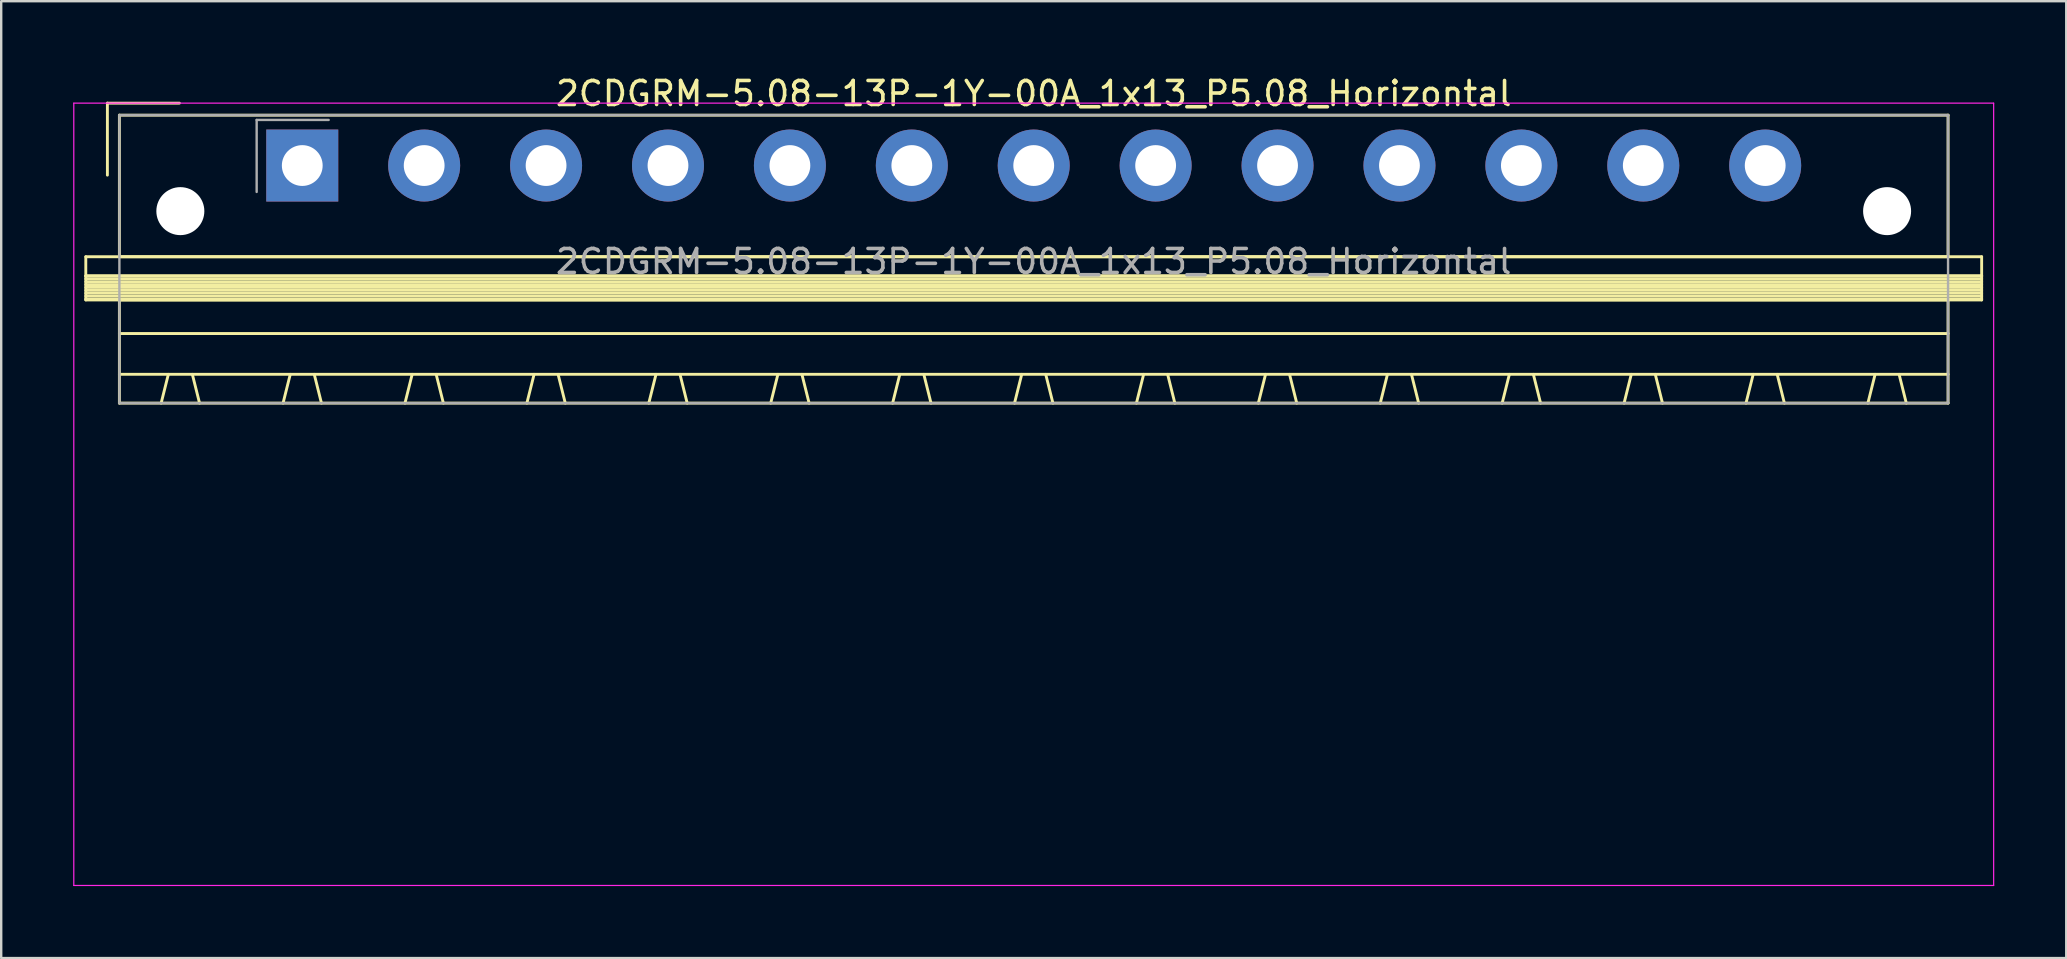
<source format=kicad_pcb>
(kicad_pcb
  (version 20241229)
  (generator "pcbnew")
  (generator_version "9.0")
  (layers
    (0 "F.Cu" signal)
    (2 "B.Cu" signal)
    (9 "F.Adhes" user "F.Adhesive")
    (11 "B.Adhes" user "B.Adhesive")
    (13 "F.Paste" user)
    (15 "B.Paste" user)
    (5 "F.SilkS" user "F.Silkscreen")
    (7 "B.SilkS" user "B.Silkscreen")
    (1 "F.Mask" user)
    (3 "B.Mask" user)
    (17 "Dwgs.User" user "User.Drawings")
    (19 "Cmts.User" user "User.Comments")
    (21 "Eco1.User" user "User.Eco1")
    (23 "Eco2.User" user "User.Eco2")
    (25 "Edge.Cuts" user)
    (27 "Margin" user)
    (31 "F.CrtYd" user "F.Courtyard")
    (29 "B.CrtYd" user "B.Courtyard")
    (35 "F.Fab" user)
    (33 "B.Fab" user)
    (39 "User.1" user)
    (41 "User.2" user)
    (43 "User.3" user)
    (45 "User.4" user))
  (footprint "2CDGRM-5.08-13P-1Y-00A_1x13_P5.08_Horizontal"
    (layer "F.Cu")
    (at 9.545 3.848)
    (property "Reference" "2CDGRM-5.08-13P-1Y-00A_1x13_P5.08_Horizontal" (at 30.48 -3 0) (layer "F.SilkS") (effects (font (size 1 1) (thickness 0.15))))
    (attr through_hole)
    (fp_line (start -9.02 3.8) (end -9.02 4.6) (stroke (width 0.12) (type solid)) (layer "F.SilkS"))
    (fp_line (start -9.02 4.6) (end -9.02 5.6) (stroke (width 0.12) (type solid)) (layer "F.SilkS"))
    (fp_line (start -9.02 4.6) (end 69.98 4.6) (stroke (width 0.12) (type solid)) (layer "F.SilkS"))
    (fp_line (start -9.02 4.72) (end 69.98 4.72) (stroke (width 0.12) (type solid)) (layer "F.SilkS"))
    (fp_line (start -9.02 4.84) (end 69.98 4.84) (stroke (width 0.12) (type solid)) (layer "F.SilkS"))
    (fp_line (start -9.02 4.96) (end 69.98 4.96) (stroke (width 0.12) (type solid)) (layer "F.SilkS"))
    (fp_line (start -9.02 5.08) (end 69.98 5.08) (stroke (width 0.12) (type solid)) (layer "F.SilkS"))
    (fp_line (start -9.02 5.2) (end 69.98 5.2) (stroke (width 0.12) (type solid)) (layer "F.SilkS"))
    (fp_line (start -9.02 5.32) (end 69.98 5.32) (stroke (width 0.12) (type solid)) (layer "F.SilkS"))
    (fp_line (start -9.02 5.44) (end 69.98 5.44) (stroke (width 0.12) (type solid)) (layer "F.SilkS"))
    (fp_line (start -9.02 5.56) (end 69.98 5.56) (stroke (width 0.12) (type solid)) (layer "F.SilkS"))
    (fp_line (start -9.02 5.6) (end 69.98 5.6) (stroke (width 0.12) (type solid)) (layer "F.SilkS"))
    (fp_line (start -8.12 -2.6) (end -8.12 0.4) (stroke (width 0.12) (type solid)) (layer "F.SilkS"))
    (fp_line (start -8.12 -2.6) (end -5.12 -2.6) (stroke (width 0.12) (type solid)) (layer "F.SilkS"))
    (fp_line (start -7.62 -2.1) (end -7.62 3.8) (stroke (width 0.12) (type solid)) (layer "F.SilkS"))
    (fp_line (start -7.62 3.8) (end 68.58 3.8) (stroke (width 0.12) (type solid)) (layer "F.SilkS"))
    (fp_line (start -7.62 5.6) (end -7.62 9.9) (stroke (width 0.12) (type solid)) (layer "F.SilkS"))
    (fp_line (start -7.62 7) (end 68.58 7) (stroke (width 0.12) (type solid)) (layer "F.SilkS"))
    (fp_line (start -7.62 8.7) (end 68.58 8.7) (stroke (width 0.12) (type solid)) (layer "F.SilkS"))
    (fp_line (start -7.62 9.9) (end 68.58 9.9) (stroke (width 0.12) (type solid)) (layer "F.SilkS"))
    (fp_line (start -5.58 8.7) (end -5.88 9.9) (stroke (width 0.12) (type solid)) (layer "F.SilkS"))
    (fp_line (start -4.58 8.7) (end -4.28 9.9) (stroke (width 0.12) (type solid)) (layer "F.SilkS"))
    (fp_line (start -0.5 8.7) (end -0.8 9.9) (stroke (width 0.12) (type solid)) (layer "F.SilkS"))
    (fp_line (start 0.5 8.7) (end 0.8 9.9) (stroke (width 0.12) (type solid)) (layer "F.SilkS"))
    (fp_line (start 4.58 8.7) (end 4.28 9.9) (stroke (width 0.12) (type solid)) (layer "F.SilkS"))
    (fp_line (start 5.58 8.7) (end 5.88 9.9) (stroke (width 0.12) (type solid)) (layer "F.SilkS"))
    (fp_line (start 9.66 8.7) (end 9.36 9.9) (stroke (width 0.12) (type solid)) (layer "F.SilkS"))
    (fp_line (start 10.66 8.7) (end 10.96 9.9) (stroke (width 0.12) (type solid)) (layer "F.SilkS"))
    (fp_line (start 14.74 8.7) (end 14.44 9.9) (stroke (width 0.12) (type solid)) (layer "F.SilkS"))
    (fp_line (start 15.74 8.7) (end 16.04 9.9) (stroke (width 0.12) (type solid)) (layer "F.SilkS"))
    (fp_line (start 19.82 8.7) (end 19.52 9.9) (stroke (width 0.12) (type solid)) (layer "F.SilkS"))
    (fp_line (start 20.82 8.7) (end 21.12 9.9) (stroke (width 0.12) (type solid)) (layer "F.SilkS"))
    (fp_line (start 24.9 8.7) (end 24.6 9.9) (stroke (width 0.12) (type solid)) (layer "F.SilkS"))
    (fp_line (start 25.9 8.7) (end 26.2 9.9) (stroke (width 0.12) (type solid)) (layer "F.SilkS"))
    (fp_line (start 29.98 8.7) (end 29.68 9.9) (stroke (width 0.12) (type solid)) (layer "F.SilkS"))
    (fp_line (start 30.98 8.7) (end 31.28 9.9) (stroke (width 0.12) (type solid)) (layer "F.SilkS"))
    (fp_line (start 35.06 8.7) (end 34.76 9.9) (stroke (width 0.12) (type solid)) (layer "F.SilkS"))
    (fp_line (start 36.06 8.7) (end 36.36 9.9) (stroke (width 0.12) (type solid)) (layer "F.SilkS"))
    (fp_line (start 40.14 8.7) (end 39.84 9.9) (stroke (width 0.12) (type solid)) (layer "F.SilkS"))
    (fp_line (start 41.14 8.7) (end 41.44 9.9) (stroke (width 0.12) (type solid)) (layer "F.SilkS"))
    (fp_line (start 45.22 8.7) (end 44.92 9.9) (stroke (width 0.12) (type solid)) (layer "F.SilkS"))
    (fp_line (start 46.22 8.7) (end 46.52 9.9) (stroke (width 0.12) (type solid)) (layer "F.SilkS"))
    (fp_line (start 50.3 8.7) (end 50 9.9) (stroke (width 0.12) (type solid)) (layer "F.SilkS"))
    (fp_line (start 51.3 8.7) (end 51.6 9.9) (stroke (width 0.12) (type solid)) (layer "F.SilkS"))
    (fp_line (start 55.38 8.7) (end 55.08 9.9) (stroke (width 0.12) (type solid)) (layer "F.SilkS"))
    (fp_line (start 56.38 8.7) (end 56.68 9.9) (stroke (width 0.12) (type solid)) (layer "F.SilkS"))
    (fp_line (start 60.46 8.7) (end 60.16 9.9) (stroke (width 0.12) (type solid)) (layer "F.SilkS"))
    (fp_line (start 61.46 8.7) (end 61.76 9.9) (stroke (width 0.12) (type solid)) (layer "F.SilkS"))
    (fp_line (start 65.54 8.7) (end 65.24 9.9) (stroke (width 0.12) (type solid)) (layer "F.SilkS"))
    (fp_line (start 66.54 8.7) (end 66.84 9.9) (stroke (width 0.12) (type solid)) (layer "F.SilkS"))
    (fp_line (start 68.58 -2.1) (end -7.62 -2.1) (stroke (width 0.12) (type solid)) (layer "F.SilkS"))
    (fp_line (start 68.58 3.8) (end 68.58 -2.1) (stroke (width 0.12) (type solid)) (layer "F.SilkS"))
    (fp_line (start 68.58 5.6) (end -7.62 5.6) (stroke (width 0.12) (type solid)) (layer "F.SilkS"))
    (fp_line (start 68.58 9.9) (end 68.58 5.6) (stroke (width 0.12) (type solid)) (layer "F.SilkS"))
    (fp_line (start 69.98 3.8) (end -9.02 3.8) (stroke (width 0.12) (type solid)) (layer "F.SilkS"))
    (fp_line (start 69.98 4.6) (end -9.02 4.6) (stroke (width 0.12) (type solid)) (layer "F.SilkS"))
    (fp_line (start 69.98 4.6) (end 69.98 3.8) (stroke (width 0.12) (type solid)) (layer "F.SilkS"))
    (fp_line (start 69.98 5.6) (end 69.98 4.6) (stroke (width 0.12) (type solid)) (layer "F.SilkS"))
    (fp_line (start -9.52 -2.6) (end -9.52 30) (stroke (width 0.05) (type solid)) (layer "F.CrtYd"))
    (fp_line (start -9.52 30) (end 70.48 30) (stroke (width 0.05) (type solid)) (layer "F.CrtYd"))
    (fp_line (start 70.48 -2.6) (end -9.52 -2.6) (stroke (width 0.05) (type solid)) (layer "F.CrtYd"))
    (fp_line (start 70.48 30) (end 70.48 -2.6) (stroke (width 0.05) (type solid)) (layer "F.CrtYd"))
    (fp_line (start -7.62 -2.1) (end -7.62 9.9) (stroke (width 0.1) (type solid)) (layer "F.Fab"))
    (fp_line (start -7.62 9.9) (end 68.58 9.9) (stroke (width 0.1) (type solid)) (layer "F.Fab"))
    (fp_line (start -1.9 -1.9) (end -1.9 1.1) (stroke (width 0.1) (type solid)) (layer "F.Fab"))
    (fp_line (start -1.9 -1.9) (end 1.1 -1.9) (stroke (width 0.1) (type solid)) (layer "F.Fab"))
    (fp_line (start 68.58 -2.1) (end -7.62 -2.1) (stroke (width 0.1) (type solid)) (layer "F.Fab"))
    (fp_line (start 68.58 9.9) (end 68.58 -2.1) (stroke (width 0.1) (type solid)) (layer "F.Fab"))
    (fp_text user "${REFERENCE}" (at 30.48 4 0) (layer "F.Fab") (effects (font (size 1 1) (thickness 0.15))))
    (pad "" np_thru_hole circle (at -5.08 1.9) (size 2 2) (drill 2) (layers "*.Cu" "*.Mask"))
    (pad "" np_thru_hole circle (at 66.04 1.9) (size 2 2) (drill 2) (layers "*.Cu" "*.Mask"))
    (pad "1" thru_hole rect (at 0 0) (size 3 3) (drill 1.7) (layers "*.Cu" "*.Mask"))
    (pad "2" thru_hole circle (at 5.08 0) (size 3 3) (drill 1.7) (layers "*.Cu" "*.Mask"))
    (pad "3" thru_hole circle (at 10.16 0) (size 3 3) (drill 1.7) (layers "*.Cu" "*.Mask"))
    (pad "4" thru_hole circle (at 15.24 0) (size 3 3) (drill 1.7) (layers "*.Cu" "*.Mask"))
    (pad "5" thru_hole circle (at 20.32 0) (size 3 3) (drill 1.7) (layers "*.Cu" "*.Mask"))
    (pad "6" thru_hole circle (at 25.4 0) (size 3 3) (drill 1.7) (layers "*.Cu" "*.Mask"))
    (pad "7" thru_hole circle (at 30.48 0) (size 3 3) (drill 1.7) (layers "*.Cu" "*.Mask"))
    (pad "8" thru_hole circle (at 35.56 0) (size 3 3) (drill 1.7) (layers "*.Cu" "*.Mask"))
    (pad "9" thru_hole circle (at 40.64 0) (size 3 3) (drill 1.7) (layers "*.Cu" "*.Mask"))
    (pad "10" thru_hole circle (at 45.72 0) (size 3 3) (drill 1.7) (layers "*.Cu" "*.Mask"))
    (pad "11" thru_hole circle (at 50.8 0) (size 3 3) (drill 1.7) (layers "*.Cu" "*.Mask"))
    (pad "12" thru_hole circle (at 55.88 0) (size 3 3) (drill 1.7) (layers "*.Cu" "*.Mask"))
    (pad "13" thru_hole circle (at 60.96 0) (size 3 3) (drill 1.7) (layers "*.Cu" "*.Mask")))
  (gr_rect
    (start -3 -3)
    (end 83.05 36.873)
    (stroke (width 0.1) (type default))
    (fill no)
    (layer "Edge.Cuts")))
</source>
